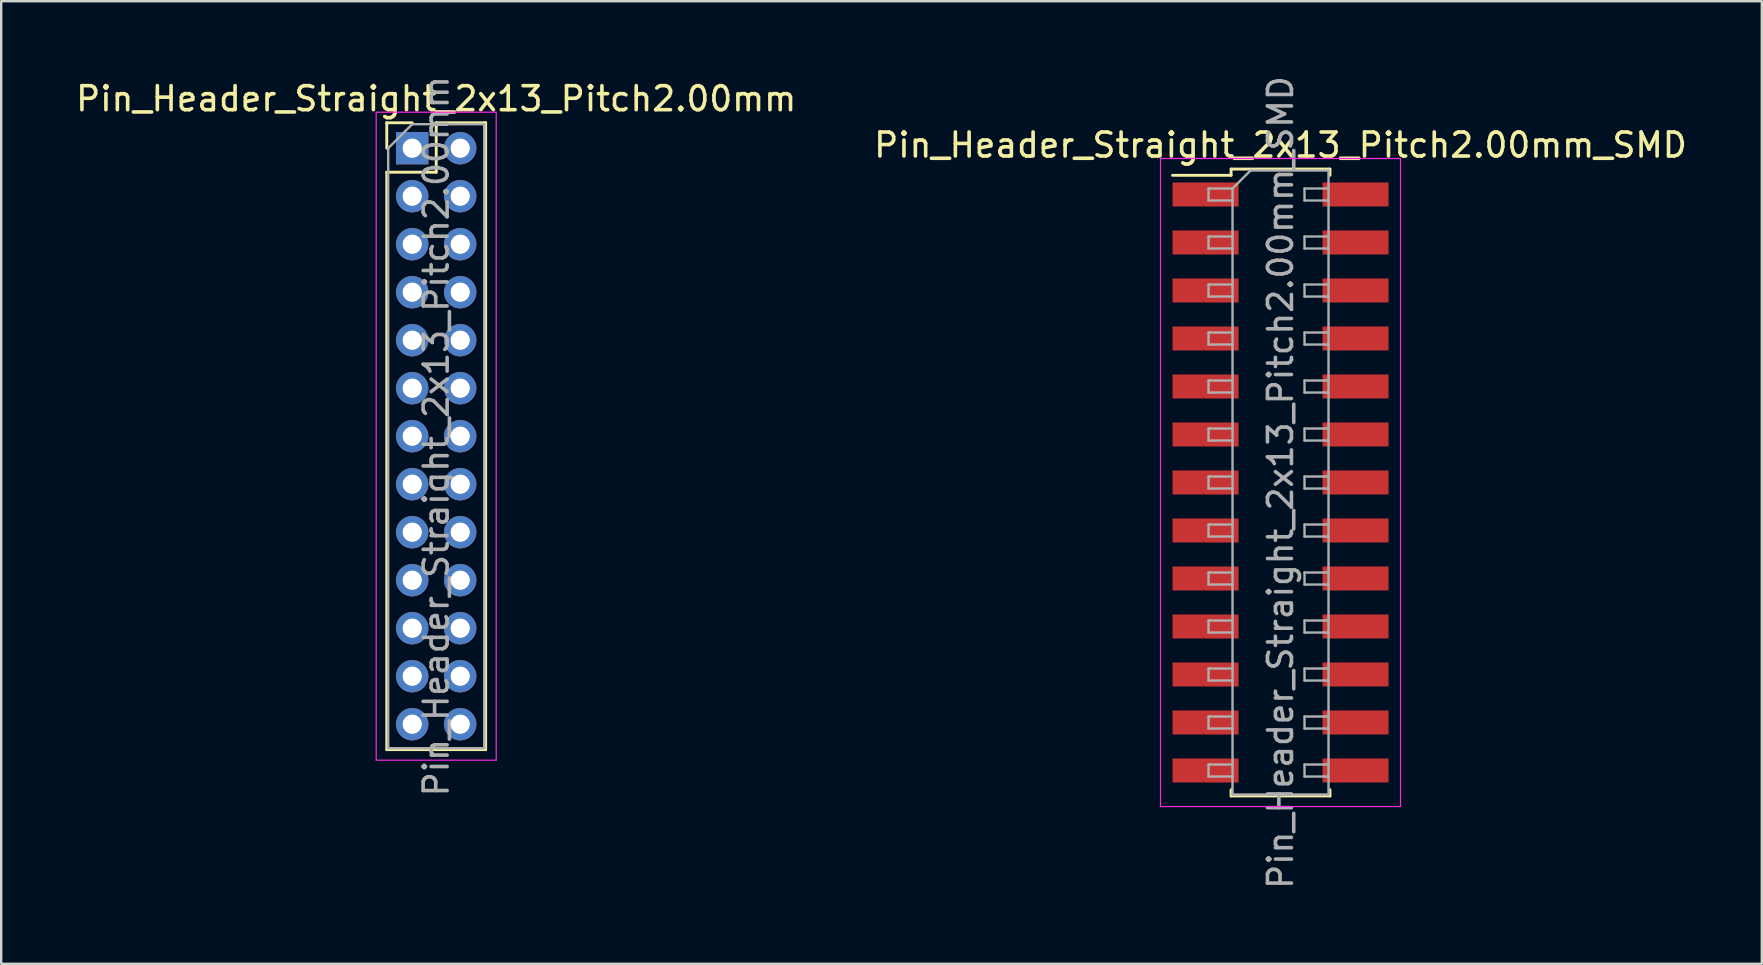
<source format=kicad_pcb>
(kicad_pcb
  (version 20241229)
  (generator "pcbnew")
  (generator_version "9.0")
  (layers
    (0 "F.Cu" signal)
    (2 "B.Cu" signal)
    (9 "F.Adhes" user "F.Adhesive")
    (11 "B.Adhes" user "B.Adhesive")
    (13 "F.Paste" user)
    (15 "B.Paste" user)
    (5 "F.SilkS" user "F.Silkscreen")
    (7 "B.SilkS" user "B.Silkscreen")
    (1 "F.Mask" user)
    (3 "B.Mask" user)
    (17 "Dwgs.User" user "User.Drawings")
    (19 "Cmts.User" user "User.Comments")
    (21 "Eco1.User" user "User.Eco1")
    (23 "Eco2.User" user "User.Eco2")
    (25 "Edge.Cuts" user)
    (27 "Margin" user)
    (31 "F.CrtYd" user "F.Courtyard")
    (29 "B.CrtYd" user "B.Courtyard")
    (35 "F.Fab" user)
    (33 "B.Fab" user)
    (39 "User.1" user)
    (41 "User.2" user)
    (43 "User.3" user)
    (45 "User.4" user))
  (footprint "Pin_Header_Straight_2x13_Pitch2.00mm_SMD"
    (layer "F.Cu")
    (at 50.304 17.054)
    (property "Reference" "Pin_Header_Straight_2x13_Pitch2.00mm_SMD" (at 0 -14.06 0) (layer "F.SilkS") (effects (font (size 1 1) (thickness 0.15))))
    (attr smd)
    (fp_line (start -4.5 -12.8) (end -2.06 -12.8) (stroke (width 0.12) (type solid)) (layer "F.SilkS"))
    (fp_line (start -2.06 -13.06) (end 2.06 -13.06) (stroke (width 0.12) (type solid)) (layer "F.SilkS"))
    (fp_line (start -2.06 -12.8) (end -2.06 -13.06) (stroke (width 0.12) (type solid)) (layer "F.SilkS"))
    (fp_line (start -2.06 12.8) (end -2.06 13.06) (stroke (width 0.12) (type solid)) (layer "F.SilkS"))
    (fp_line (start -2.06 13.06) (end 2.06 13.06) (stroke (width 0.12) (type solid)) (layer "F.SilkS"))
    (fp_line (start 2.06 -13.06) (end 2.06 -12.8) (stroke (width 0.12) (type solid)) (layer "F.SilkS"))
    (fp_line (start 2.06 13.06) (end 2.06 12.8) (stroke (width 0.12) (type solid)) (layer "F.SilkS"))
    (fp_line (start -5 -13.5) (end -5 13.5) (stroke (width 0.05) (type solid)) (layer "F.CrtYd"))
    (fp_line (start -5 13.5) (end 5 13.5) (stroke (width 0.05) (type solid)) (layer "F.CrtYd"))
    (fp_line (start 5 -13.5) (end -5 -13.5) (stroke (width 0.05) (type solid)) (layer "F.CrtYd"))
    (fp_line (start 5 13.5) (end 5 -13.5) (stroke (width 0.05) (type solid)) (layer "F.CrtYd"))
    (fp_line (start -3 -12.25) (end -3 -11.75) (stroke (width 0.1) (type solid)) (layer "F.Fab"))
    (fp_line (start -3 -11.75) (end -2 -11.75) (stroke (width 0.1) (type solid)) (layer "F.Fab"))
    (fp_line (start -3 -10.25) (end -3 -9.75) (stroke (width 0.1) (type solid)) (layer "F.Fab"))
    (fp_line (start -3 -9.75) (end -2 -9.75) (stroke (width 0.1) (type solid)) (layer "F.Fab"))
    (fp_line (start -3 -8.25) (end -3 -7.75) (stroke (width 0.1) (type solid)) (layer "F.Fab"))
    (fp_line (start -3 -7.75) (end -2 -7.75) (stroke (width 0.1) (type solid)) (layer "F.Fab"))
    (fp_line (start -3 -6.25) (end -3 -5.75) (stroke (width 0.1) (type solid)) (layer "F.Fab"))
    (fp_line (start -3 -5.75) (end -2 -5.75) (stroke (width 0.1) (type solid)) (layer "F.Fab"))
    (fp_line (start -3 -4.25) (end -3 -3.75) (stroke (width 0.1) (type solid)) (layer "F.Fab"))
    (fp_line (start -3 -3.75) (end -2 -3.75) (stroke (width 0.1) (type solid)) (layer "F.Fab"))
    (fp_line (start -3 -2.25) (end -3 -1.75) (stroke (width 0.1) (type solid)) (layer "F.Fab"))
    (fp_line (start -3 -1.75) (end -2 -1.75) (stroke (width 0.1) (type solid)) (layer "F.Fab"))
    (fp_line (start -3 -0.25) (end -3 0.25) (stroke (width 0.1) (type solid)) (layer "F.Fab"))
    (fp_line (start -3 0.25) (end -2 0.25) (stroke (width 0.1) (type solid)) (layer "F.Fab"))
    (fp_line (start -3 1.75) (end -3 2.25) (stroke (width 0.1) (type solid)) (layer "F.Fab"))
    (fp_line (start -3 2.25) (end -2 2.25) (stroke (width 0.1) (type solid)) (layer "F.Fab"))
    (fp_line (start -3 3.75) (end -3 4.25) (stroke (width 0.1) (type solid)) (layer "F.Fab"))
    (fp_line (start -3 4.25) (end -2 4.25) (stroke (width 0.1) (type solid)) (layer "F.Fab"))
    (fp_line (start -3 5.75) (end -3 6.25) (stroke (width 0.1) (type solid)) (layer "F.Fab"))
    (fp_line (start -3 6.25) (end -2 6.25) (stroke (width 0.1) (type solid)) (layer "F.Fab"))
    (fp_line (start -3 7.75) (end -3 8.25) (stroke (width 0.1) (type solid)) (layer "F.Fab"))
    (fp_line (start -3 8.25) (end -2 8.25) (stroke (width 0.1) (type solid)) (layer "F.Fab"))
    (fp_line (start -3 9.75) (end -3 10.25) (stroke (width 0.1) (type solid)) (layer "F.Fab"))
    (fp_line (start -3 10.25) (end -2 10.25) (stroke (width 0.1) (type solid)) (layer "F.Fab"))
    (fp_line (start -3 11.75) (end -3 12.25) (stroke (width 0.1) (type solid)) (layer "F.Fab"))
    (fp_line (start -3 12.25) (end -2 12.25) (stroke (width 0.1) (type solid)) (layer "F.Fab"))
    (fp_line (start -2 -12.25) (end -3 -12.25) (stroke (width 0.1) (type solid)) (layer "F.Fab"))
    (fp_line (start -2 -12.25) (end -1.25 -13) (stroke (width 0.1) (type solid)) (layer "F.Fab"))
    (fp_line (start -2 -10.25) (end -3 -10.25) (stroke (width 0.1) (type solid)) (layer "F.Fab"))
    (fp_line (start -2 -8.25) (end -3 -8.25) (stroke (width 0.1) (type solid)) (layer "F.Fab"))
    (fp_line (start -2 -6.25) (end -3 -6.25) (stroke (width 0.1) (type solid)) (layer "F.Fab"))
    (fp_line (start -2 -4.25) (end -3 -4.25) (stroke (width 0.1) (type solid)) (layer "F.Fab"))
    (fp_line (start -2 -2.25) (end -3 -2.25) (stroke (width 0.1) (type solid)) (layer "F.Fab"))
    (fp_line (start -2 -0.25) (end -3 -0.25) (stroke (width 0.1) (type solid)) (layer "F.Fab"))
    (fp_line (start -2 1.75) (end -3 1.75) (stroke (width 0.1) (type solid)) (layer "F.Fab"))
    (fp_line (start -2 3.75) (end -3 3.75) (stroke (width 0.1) (type solid)) (layer "F.Fab"))
    (fp_line (start -2 5.75) (end -3 5.75) (stroke (width 0.1) (type solid)) (layer "F.Fab"))
    (fp_line (start -2 7.75) (end -3 7.75) (stroke (width 0.1) (type solid)) (layer "F.Fab"))
    (fp_line (start -2 9.75) (end -3 9.75) (stroke (width 0.1) (type solid)) (layer "F.Fab"))
    (fp_line (start -2 11.75) (end -3 11.75) (stroke (width 0.1) (type solid)) (layer "F.Fab"))
    (fp_line (start -2 13) (end -2 -12.25) (stroke (width 0.1) (type solid)) (layer "F.Fab"))
    (fp_line (start -1.25 -13) (end 2 -13) (stroke (width 0.1) (type solid)) (layer "F.Fab"))
    (fp_line (start 1 -12.25) (end 1 -11.75) (stroke (width 0.1) (type solid)) (layer "F.Fab"))
    (fp_line (start 1 -11.75) (end 2 -11.75) (stroke (width 0.1) (type solid)) (layer "F.Fab"))
    (fp_line (start 1 -10.25) (end 1 -9.75) (stroke (width 0.1) (type solid)) (layer "F.Fab"))
    (fp_line (start 1 -9.75) (end 2 -9.75) (stroke (width 0.1) (type solid)) (layer "F.Fab"))
    (fp_line (start 1 -8.25) (end 1 -7.75) (stroke (width 0.1) (type solid)) (layer "F.Fab"))
    (fp_line (start 1 -7.75) (end 2 -7.75) (stroke (width 0.1) (type solid)) (layer "F.Fab"))
    (fp_line (start 1 -6.25) (end 1 -5.75) (stroke (width 0.1) (type solid)) (layer "F.Fab"))
    (fp_line (start 1 -5.75) (end 2 -5.75) (stroke (width 0.1) (type solid)) (layer "F.Fab"))
    (fp_line (start 1 -4.25) (end 1 -3.75) (stroke (width 0.1) (type solid)) (layer "F.Fab"))
    (fp_line (start 1 -3.75) (end 2 -3.75) (stroke (width 0.1) (type solid)) (layer "F.Fab"))
    (fp_line (start 1 -2.25) (end 1 -1.75) (stroke (width 0.1) (type solid)) (layer "F.Fab"))
    (fp_line (start 1 -1.75) (end 2 -1.75) (stroke (width 0.1) (type solid)) (layer "F.Fab"))
    (fp_line (start 1 -0.25) (end 1 0.25) (stroke (width 0.1) (type solid)) (layer "F.Fab"))
    (fp_line (start 1 0.25) (end 2 0.25) (stroke (width 0.1) (type solid)) (layer "F.Fab"))
    (fp_line (start 1 1.75) (end 1 2.25) (stroke (width 0.1) (type solid)) (layer "F.Fab"))
    (fp_line (start 1 2.25) (end 2 2.25) (stroke (width 0.1) (type solid)) (layer "F.Fab"))
    (fp_line (start 1 3.75) (end 1 4.25) (stroke (width 0.1) (type solid)) (layer "F.Fab"))
    (fp_line (start 1 4.25) (end 2 4.25) (stroke (width 0.1) (type solid)) (layer "F.Fab"))
    (fp_line (start 1 5.75) (end 1 6.25) (stroke (width 0.1) (type solid)) (layer "F.Fab"))
    (fp_line (start 1 6.25) (end 2 6.25) (stroke (width 0.1) (type solid)) (layer "F.Fab"))
    (fp_line (start 1 7.75) (end 1 8.25) (stroke (width 0.1) (type solid)) (layer "F.Fab"))
    (fp_line (start 1 8.25) (end 2 8.25) (stroke (width 0.1) (type solid)) (layer "F.Fab"))
    (fp_line (start 1 9.75) (end 1 10.25) (stroke (width 0.1) (type solid)) (layer "F.Fab"))
    (fp_line (start 1 10.25) (end 2 10.25) (stroke (width 0.1) (type solid)) (layer "F.Fab"))
    (fp_line (start 1 11.75) (end 1 12.25) (stroke (width 0.1) (type solid)) (layer "F.Fab"))
    (fp_line (start 1 12.25) (end 2 12.25) (stroke (width 0.1) (type solid)) (layer "F.Fab"))
    (fp_line (start 2 -13) (end 2 13) (stroke (width 0.1) (type solid)) (layer "F.Fab"))
    (fp_line (start 2 -12.25) (end 1 -12.25) (stroke (width 0.1) (type solid)) (layer "F.Fab"))
    (fp_line (start 2 -10.25) (end 1 -10.25) (stroke (width 0.1) (type solid)) (layer "F.Fab"))
    (fp_line (start 2 -8.25) (end 1 -8.25) (stroke (width 0.1) (type solid)) (layer "F.Fab"))
    (fp_line (start 2 -6.25) (end 1 -6.25) (stroke (width 0.1) (type solid)) (layer "F.Fab"))
    (fp_line (start 2 -4.25) (end 1 -4.25) (stroke (width 0.1) (type solid)) (layer "F.Fab"))
    (fp_line (start 2 -2.25) (end 1 -2.25) (stroke (width 0.1) (type solid)) (layer "F.Fab"))
    (fp_line (start 2 -0.25) (end 1 -0.25) (stroke (width 0.1) (type solid)) (layer "F.Fab"))
    (fp_line (start 2 1.75) (end 1 1.75) (stroke (width 0.1) (type solid)) (layer "F.Fab"))
    (fp_line (start 2 3.75) (end 1 3.75) (stroke (width 0.1) (type solid)) (layer "F.Fab"))
    (fp_line (start 2 5.75) (end 1 5.75) (stroke (width 0.1) (type solid)) (layer "F.Fab"))
    (fp_line (start 2 7.75) (end 1 7.75) (stroke (width 0.1) (type solid)) (layer "F.Fab"))
    (fp_line (start 2 9.75) (end 1 9.75) (stroke (width 0.1) (type solid)) (layer "F.Fab"))
    (fp_line (start 2 11.75) (end 1 11.75) (stroke (width 0.1) (type solid)) (layer "F.Fab"))
    (fp_line (start 2 13) (end -2 13) (stroke (width 0.1) (type solid)) (layer "F.Fab"))
    (fp_text user "${REFERENCE}" (at 0 0 90) (layer "F.Fab") (effects (font (size 1 1) (thickness 0.15))))
    (pad "1" smd rect (at -3.125 -12) (size 2.75 1) (layers "F.Cu" "F.Mask" "F.Paste"))
    (pad "2" smd rect (at 3.125 -12) (size 2.75 1) (layers "F.Cu" "F.Mask" "F.Paste"))
    (pad "3" smd rect (at -3.125 -10) (size 2.75 1) (layers "F.Cu" "F.Mask" "F.Paste"))
    (pad "4" smd rect (at 3.125 -10) (size 2.75 1) (layers "F.Cu" "F.Mask" "F.Paste"))
    (pad "5" smd rect (at -3.125 -8) (size 2.75 1) (layers "F.Cu" "F.Mask" "F.Paste"))
    (pad "6" smd rect (at 3.125 -8) (size 2.75 1) (layers "F.Cu" "F.Mask" "F.Paste"))
    (pad "7" smd rect (at -3.125 -6) (size 2.75 1) (layers "F.Cu" "F.Mask" "F.Paste"))
    (pad "8" smd rect (at 3.125 -6) (size 2.75 1) (layers "F.Cu" "F.Mask" "F.Paste"))
    (pad "9" smd rect (at -3.125 -4) (size 2.75 1) (layers "F.Cu" "F.Mask" "F.Paste"))
    (pad "10" smd rect (at 3.125 -4) (size 2.75 1) (layers "F.Cu" "F.Mask" "F.Paste"))
    (pad "11" smd rect (at -3.125 -2) (size 2.75 1) (layers "F.Cu" "F.Mask" "F.Paste"))
    (pad "12" smd rect (at 3.125 -2) (size 2.75 1) (layers "F.Cu" "F.Mask" "F.Paste"))
    (pad "13" smd rect (at -3.125 0) (size 2.75 1) (layers "F.Cu" "F.Mask" "F.Paste"))
    (pad "14" smd rect (at 3.125 0) (size 2.75 1) (layers "F.Cu" "F.Mask" "F.Paste"))
    (pad "15" smd rect (at -3.125 2) (size 2.75 1) (layers "F.Cu" "F.Mask" "F.Paste"))
    (pad "16" smd rect (at 3.125 2) (size 2.75 1) (layers "F.Cu" "F.Mask" "F.Paste"))
    (pad "17" smd rect (at -3.125 4) (size 2.75 1) (layers "F.Cu" "F.Mask" "F.Paste"))
    (pad "18" smd rect (at 3.125 4) (size 2.75 1) (layers "F.Cu" "F.Mask" "F.Paste"))
    (pad "19" smd rect (at -3.125 6) (size 2.75 1) (layers "F.Cu" "F.Mask" "F.Paste"))
    (pad "20" smd rect (at 3.125 6) (size 2.75 1) (layers "F.Cu" "F.Mask" "F.Paste"))
    (pad "21" smd rect (at -3.125 8) (size 2.75 1) (layers "F.Cu" "F.Mask" "F.Paste"))
    (pad "22" smd rect (at 3.125 8) (size 2.75 1) (layers "F.Cu" "F.Mask" "F.Paste"))
    (pad "23" smd rect (at -3.125 10) (size 2.75 1) (layers "F.Cu" "F.Mask" "F.Paste"))
    (pad "24" smd rect (at 3.125 10) (size 2.75 1) (layers "F.Cu" "F.Mask" "F.Paste"))
    (pad "25" smd rect (at -3.125 12) (size 2.75 1) (layers "F.Cu" "F.Mask" "F.Paste"))
    (pad "26" smd rect (at 3.125 12) (size 2.75 1) (layers "F.Cu" "F.Mask" "F.Paste")))
  (footprint "Pin_Header_Straight_2x13_Pitch2.00mm"
    (layer "F.Cu")
    (at 14.125 3.125)
    (property "Reference" "Pin_Header_Straight_2x13_Pitch2.00mm" (at 1 -2.06 0) (layer "F.SilkS") (effects (font (size 1 1) (thickness 0.15))))
    (attr through_hole)
    (fp_line (start -1.06 -1.06) (end 0 -1.06) (stroke (width 0.12) (type solid)) (layer "F.SilkS"))
    (fp_line (start -1.06 0) (end -1.06 -1.06) (stroke (width 0.12) (type solid)) (layer "F.SilkS"))
    (fp_line (start -1.06 1) (end -1.06 25.06) (stroke (width 0.12) (type solid)) (layer "F.SilkS"))
    (fp_line (start -1.06 25.06) (end 3.06 25.06) (stroke (width 0.12) (type solid)) (layer "F.SilkS"))
    (fp_line (start 1 -1.06) (end 1 1) (stroke (width 0.12) (type solid)) (layer "F.SilkS"))
    (fp_line (start 1 1) (end -1.06 1) (stroke (width 0.12) (type solid)) (layer "F.SilkS"))
    (fp_line (start 3.06 -1.06) (end 1 -1.06) (stroke (width 0.12) (type solid)) (layer "F.SilkS"))
    (fp_line (start 3.06 25.06) (end 3.06 -1.06) (stroke (width 0.12) (type solid)) (layer "F.SilkS"))
    (fp_line (start -1.5 -1.5) (end -1.5 25.5) (stroke (width 0.05) (type solid)) (layer "F.CrtYd"))
    (fp_line (start -1.5 25.5) (end 3.5 25.5) (stroke (width 0.05) (type solid)) (layer "F.CrtYd"))
    (fp_line (start 3.5 -1.5) (end -1.5 -1.5) (stroke (width 0.05) (type solid)) (layer "F.CrtYd"))
    (fp_line (start 3.5 25.5) (end 3.5 -1.5) (stroke (width 0.05) (type solid)) (layer "F.CrtYd"))
    (fp_line (start -1 0) (end 0 -1) (stroke (width 0.1) (type solid)) (layer "F.Fab"))
    (fp_line (start -1 25) (end -1 0) (stroke (width 0.1) (type solid)) (layer "F.Fab"))
    (fp_line (start 0 -1) (end 3 -1) (stroke (width 0.1) (type solid)) (layer "F.Fab"))
    (fp_line (start 3 -1) (end 3 25) (stroke (width 0.1) (type solid)) (layer "F.Fab"))
    (fp_line (start 3 25) (end -1 25) (stroke (width 0.1) (type solid)) (layer "F.Fab"))
    (fp_text user "${REFERENCE}" (at 1 12 90) (layer "F.Fab") (effects (font (size 1 1) (thickness 0.15))))
    (pad "1" thru_hole rect (at 0 0) (size 1.35 1.35) (drill 0.8) (layers "*.Cu" "*.Mask"))
    (pad "2" thru_hole oval (at 2 0) (size 1.35 1.35) (drill 0.8) (layers "*.Cu" "*.Mask"))
    (pad "3" thru_hole oval (at 0 2) (size 1.35 1.35) (drill 0.8) (layers "*.Cu" "*.Mask"))
    (pad "4" thru_hole oval (at 2 2) (size 1.35 1.35) (drill 0.8) (layers "*.Cu" "*.Mask"))
    (pad "5" thru_hole oval (at 0 4) (size 1.35 1.35) (drill 0.8) (layers "*.Cu" "*.Mask"))
    (pad "6" thru_hole oval (at 2 4) (size 1.35 1.35) (drill 0.8) (layers "*.Cu" "*.Mask"))
    (pad "7" thru_hole oval (at 0 6) (size 1.35 1.35) (drill 0.8) (layers "*.Cu" "*.Mask"))
    (pad "8" thru_hole oval (at 2 6) (size 1.35 1.35) (drill 0.8) (layers "*.Cu" "*.Mask"))
    (pad "9" thru_hole oval (at 0 8) (size 1.35 1.35) (drill 0.8) (layers "*.Cu" "*.Mask"))
    (pad "10" thru_hole oval (at 2 8) (size 1.35 1.35) (drill 0.8) (layers "*.Cu" "*.Mask"))
    (pad "11" thru_hole oval (at 0 10) (size 1.35 1.35) (drill 0.8) (layers "*.Cu" "*.Mask"))
    (pad "12" thru_hole oval (at 2 10) (size 1.35 1.35) (drill 0.8) (layers "*.Cu" "*.Mask"))
    (pad "13" thru_hole oval (at 0 12) (size 1.35 1.35) (drill 0.8) (layers "*.Cu" "*.Mask"))
    (pad "14" thru_hole oval (at 2 12) (size 1.35 1.35) (drill 0.8) (layers "*.Cu" "*.Mask"))
    (pad "15" thru_hole oval (at 0 14) (size 1.35 1.35) (drill 0.8) (layers "*.Cu" "*.Mask"))
    (pad "16" thru_hole oval (at 2 14) (size 1.35 1.35) (drill 0.8) (layers "*.Cu" "*.Mask"))
    (pad "17" thru_hole oval (at 0 16) (size 1.35 1.35) (drill 0.8) (layers "*.Cu" "*.Mask"))
    (pad "18" thru_hole oval (at 2 16) (size 1.35 1.35) (drill 0.8) (layers "*.Cu" "*.Mask"))
    (pad "19" thru_hole oval (at 0 18) (size 1.35 1.35) (drill 0.8) (layers "*.Cu" "*.Mask"))
    (pad "20" thru_hole oval (at 2 18) (size 1.35 1.35) (drill 0.8) (layers "*.Cu" "*.Mask"))
    (pad "21" thru_hole oval (at 0 20) (size 1.35 1.35) (drill 0.8) (layers "*.Cu" "*.Mask"))
    (pad "22" thru_hole oval (at 2 20) (size 1.35 1.35) (drill 0.8) (layers "*.Cu" "*.Mask"))
    (pad "23" thru_hole oval (at 0 22) (size 1.35 1.35) (drill 0.8) (layers "*.Cu" "*.Mask"))
    (pad "24" thru_hole oval (at 2 22) (size 1.35 1.35) (drill 0.8) (layers "*.Cu" "*.Mask"))
    (pad "25" thru_hole oval (at 0 24) (size 1.35 1.35) (drill 0.8) (layers "*.Cu" "*.Mask"))
    (pad "26" thru_hole oval (at 2 24) (size 1.35 1.35) (drill 0.8) (layers "*.Cu" "*.Mask")))
  (gr_rect
    (start -3 -3)
    (end 70.357 37.107)
    (stroke (width 0.1) (type default))
    (fill no)
    (layer "Edge.Cuts")))
</source>
